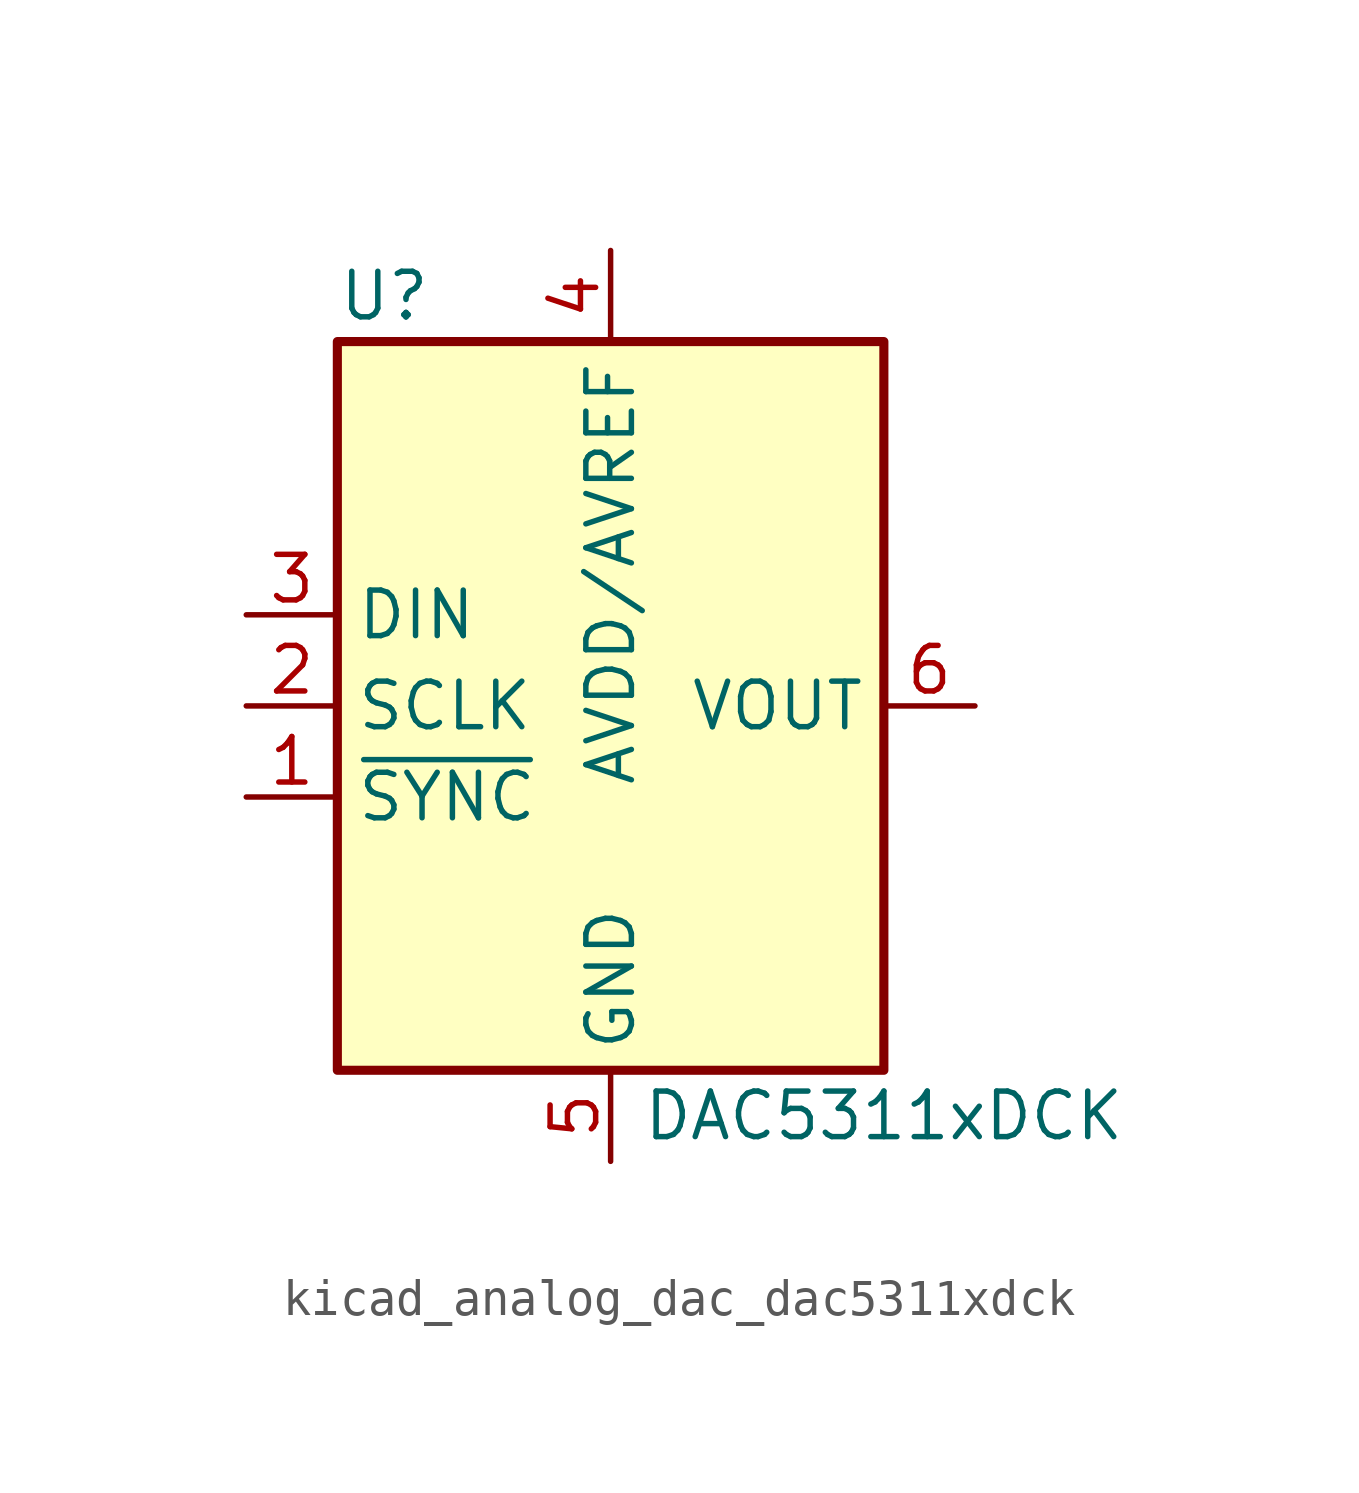
<source format=kicad_sym>
(kicad_symbol_lib
  (version 20220914)
  (generator kicad_symbol_editor)
  (symbol "kicad_analog_dac_dac5311xdck"
    (property "Reference" "U"
      (at -7.62 11.43 0)
      (effects (font (size 1.27 1.27)) (justify left)))
    (property "Value" "DAC5311xDCK"
      (at 7.62 -11.43 0)
      (effects (font (size 1.27 1.27))))
    (symbol "kicad_analog_dac_dac5311xdck_0_1"
      (rectangle (start -7.62 10.16) (end 7.62 -10.16) (stroke (width 0.254) (type default)) (fill (type background))))
    (symbol "kicad_analog_dac_dac5311xdck_1_1"
      (pin input line (at -10.16 -2.54 0) (length 2.54) (name "~{SYNC}" (effects (font (size 1.27 1.27)))) (number "1" (effects (font (size 1.27 1.27)))))
      (pin input line (at -10.16 0 0) (length 2.54) (name "SCLK" (effects (font (size 1.27 1.27)))) (number "2" (effects (font (size 1.27 1.27)))))
      (pin input line (at -10.16 2.54 0) (length 2.54) (name "DIN" (effects (font (size 1.27 1.27)))) (number "3" (effects (font (size 1.27 1.27)))))
      (pin power_in line (at 0 12.7 270) (length 2.54) (name "AVDD/AVREF" (effects (font (size 1.27 1.27)))) (number "4" (effects (font (size 1.27 1.27)))))
      (pin power_in line (at 0 -12.7 90) (length 2.54) (name "GND" (effects (font (size 1.27 1.27)))) (number "5" (effects (font (size 1.27 1.27)))))
      (pin output line (at 10.16 0 180) (length 2.54) (name "VOUT" (effects (font (size 1.27 1.27)))) (number "6" (effects (font (size 1.27 1.27))))))))
</source>
